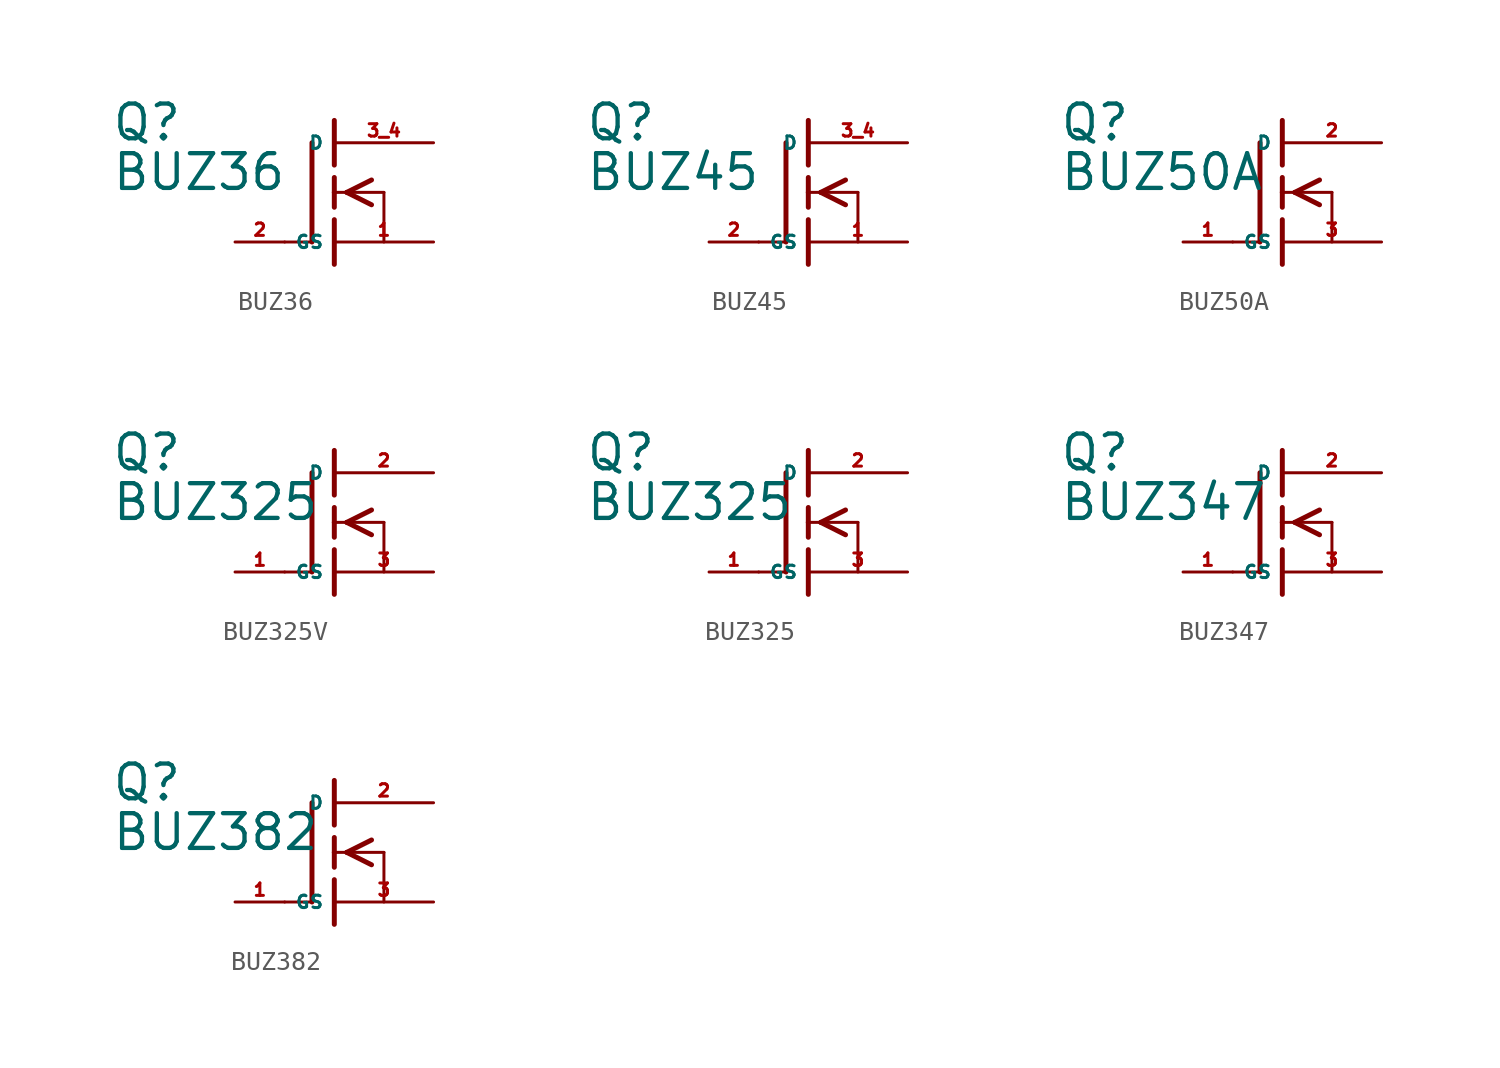
<source format=kicad_sym>
(kicad_symbol_lib
  (version 20220914)
  (generator Eagle2Kicad)
  (symbol "BUZ36"
    (property "Reference" "Q"
      (at -11.43 2.54 0)
      (effects (font (size 1.778 1.778) (thickness 0.22)) (justify left bottom)))
    (property "Value" "BUZ36"
      (at -11.43 0 0)
      (effects (font (size 1.778 1.778) (thickness 0.22)) (justify left bottom)))
    (polyline
      (pts (xy -2.54 -2.54) (xy -1.219 -2.54))
      (stroke (width 0.152) (type default))
      (fill (type none)))
    (polyline
      (pts (xy 0 0.762) (xy 0 0))
      (stroke (width 0.254) (type default))
      (fill (type none)))
    (polyline
      (pts (xy 0 0) (xy 0 -0.762))
      (stroke (width 0.254) (type default))
      (fill (type none)))
    (polyline
      (pts (xy 0 3.683) (xy 0 1.397))
      (stroke (width 0.254) (type default))
      (fill (type none)))
    (polyline
      (pts (xy 1.905 0.635) (xy 0.635 0))
      (stroke (width 0.254) (type default))
      (fill (type none)))
    (polyline
      (pts (xy 1.905 -0.635) (xy 0.635 0))
      (stroke (width 0.254) (type default))
      (fill (type none)))
    (polyline
      (pts (xy 0 0) (xy 0.635 0))
      (stroke (width 0.152) (type default))
      (fill (type none)))
    (polyline
      (pts (xy 0.635 0) (xy 2.54 0))
      (stroke (width 0.152) (type default))
      (fill (type none)))
    (polyline
      (pts (xy 2.54 0) (xy 2.54 -2.54))
      (stroke (width 0.152) (type default))
      (fill (type none)))
    (polyline
      (pts (xy 0 -1.397) (xy 0 -3.683))
      (stroke (width 0.254) (type default))
      (fill (type none)))
    (polyline
      (pts (xy -1.143 2.54) (xy -1.143 -2.54))
      (stroke (width 0.254) (type default))
      (fill (type none)))
    (pin passive line
      (at 5.08 2.54 180)
      (length 5.08)
      (name "D" (effects (font (size 0.635 0.635) (thickness 0.08)) (justify left bottom)))
      (number "3 4" (effects (font (size 0.635 0.635) (thickness 0.08)) (justify left bottom))))
    (pin passive line
      (at 5.08 -2.54 180)
      (length 5.08)
      (name "S" (effects (font (size 0.635 0.635) (thickness 0.08)) (justify left bottom)))
      (number "1" (effects (font (size 0.635 0.635) (thickness 0.08)) (justify left bottom))))
    (pin passive line
      (at -5.08 -2.54 0)
      (length 2.54)
      (name "G" (effects (font (size 0.635 0.635) (thickness 0.08)) (justify left bottom)))
      (number "2" (effects (font (size 0.635 0.635) (thickness 0.08)) (justify left bottom)))))
  (symbol "BUZ45"
    (property "Reference" "Q"
      (at -11.43 2.54 0)
      (effects (font (size 1.778 1.778) (thickness 0.22)) (justify left bottom)))
    (property "Value" "BUZ45"
      (at -11.43 0 0)
      (effects (font (size 1.778 1.778) (thickness 0.22)) (justify left bottom)))
    (polyline
      (pts (xy -2.54 -2.54) (xy -1.219 -2.54))
      (stroke (width 0.152) (type default))
      (fill (type none)))
    (polyline
      (pts (xy 0 0.762) (xy 0 0))
      (stroke (width 0.254) (type default))
      (fill (type none)))
    (polyline
      (pts (xy 0 0) (xy 0 -0.762))
      (stroke (width 0.254) (type default))
      (fill (type none)))
    (polyline
      (pts (xy 0 3.683) (xy 0 1.397))
      (stroke (width 0.254) (type default))
      (fill (type none)))
    (polyline
      (pts (xy 1.905 0.635) (xy 0.635 0))
      (stroke (width 0.254) (type default))
      (fill (type none)))
    (polyline
      (pts (xy 1.905 -0.635) (xy 0.635 0))
      (stroke (width 0.254) (type default))
      (fill (type none)))
    (polyline
      (pts (xy 0 0) (xy 0.635 0))
      (stroke (width 0.152) (type default))
      (fill (type none)))
    (polyline
      (pts (xy 0.635 0) (xy 2.54 0))
      (stroke (width 0.152) (type default))
      (fill (type none)))
    (polyline
      (pts (xy 2.54 0) (xy 2.54 -2.54))
      (stroke (width 0.152) (type default))
      (fill (type none)))
    (polyline
      (pts (xy 0 -1.397) (xy 0 -3.683))
      (stroke (width 0.254) (type default))
      (fill (type none)))
    (polyline
      (pts (xy -1.143 2.54) (xy -1.143 -2.54))
      (stroke (width 0.254) (type default))
      (fill (type none)))
    (pin passive line
      (at 5.08 2.54 180)
      (length 5.08)
      (name "D" (effects (font (size 0.635 0.635) (thickness 0.08)) (justify left bottom)))
      (number "3 4" (effects (font (size 0.635 0.635) (thickness 0.08)) (justify left bottom))))
    (pin passive line
      (at 5.08 -2.54 180)
      (length 5.08)
      (name "S" (effects (font (size 0.635 0.635) (thickness 0.08)) (justify left bottom)))
      (number "1" (effects (font (size 0.635 0.635) (thickness 0.08)) (justify left bottom))))
    (pin passive line
      (at -5.08 -2.54 0)
      (length 2.54)
      (name "G" (effects (font (size 0.635 0.635) (thickness 0.08)) (justify left bottom)))
      (number "2" (effects (font (size 0.635 0.635) (thickness 0.08)) (justify left bottom)))))
  (symbol "BUZ50A"
    (property "Reference" "Q"
      (at -11.43 2.54 0)
      (effects (font (size 1.778 1.778) (thickness 0.22)) (justify left bottom)))
    (property "Value" "BUZ50A"
      (at -11.43 0 0)
      (effects (font (size 1.778 1.778) (thickness 0.22)) (justify left bottom)))
    (polyline
      (pts (xy -2.54 -2.54) (xy -1.219 -2.54))
      (stroke (width 0.152) (type default))
      (fill (type none)))
    (polyline
      (pts (xy 0 0.762) (xy 0 0))
      (stroke (width 0.254) (type default))
      (fill (type none)))
    (polyline
      (pts (xy 0 0) (xy 0 -0.762))
      (stroke (width 0.254) (type default))
      (fill (type none)))
    (polyline
      (pts (xy 0 3.683) (xy 0 1.397))
      (stroke (width 0.254) (type default))
      (fill (type none)))
    (polyline
      (pts (xy 1.905 0.635) (xy 0.635 0))
      (stroke (width 0.254) (type default))
      (fill (type none)))
    (polyline
      (pts (xy 1.905 -0.635) (xy 0.635 0))
      (stroke (width 0.254) (type default))
      (fill (type none)))
    (polyline
      (pts (xy 0 0) (xy 0.635 0))
      (stroke (width 0.152) (type default))
      (fill (type none)))
    (polyline
      (pts (xy 0.635 0) (xy 2.54 0))
      (stroke (width 0.152) (type default))
      (fill (type none)))
    (polyline
      (pts (xy 2.54 0) (xy 2.54 -2.54))
      (stroke (width 0.152) (type default))
      (fill (type none)))
    (polyline
      (pts (xy 0 -1.397) (xy 0 -3.683))
      (stroke (width 0.254) (type default))
      (fill (type none)))
    (polyline
      (pts (xy -1.143 2.54) (xy -1.143 -2.54))
      (stroke (width 0.254) (type default))
      (fill (type none)))
    (pin passive line
      (at 5.08 2.54 180)
      (length 5.08)
      (name "D" (effects (font (size 0.635 0.635) (thickness 0.08)) (justify left bottom)))
      (number "2" (effects (font (size 0.635 0.635) (thickness 0.08)) (justify left bottom))))
    (pin passive line
      (at 5.08 -2.54 180)
      (length 5.08)
      (name "S" (effects (font (size 0.635 0.635) (thickness 0.08)) (justify left bottom)))
      (number "3" (effects (font (size 0.635 0.635) (thickness 0.08)) (justify left bottom))))
    (pin passive line
      (at -5.08 -2.54 0)
      (length 2.54)
      (name "G" (effects (font (size 0.635 0.635) (thickness 0.08)) (justify left bottom)))
      (number "1" (effects (font (size 0.635 0.635) (thickness 0.08)) (justify left bottom)))))
  (symbol "BUZ325V"
    (property "Reference" "Q"
      (at -11.43 2.54 0)
      (effects (font (size 1.778 1.778) (thickness 0.22)) (justify left bottom)))
    (property "Value" "BUZ325"
      (at -11.43 0 0)
      (effects (font (size 1.778 1.778) (thickness 0.22)) (justify left bottom)))
    (polyline
      (pts (xy -2.54 -2.54) (xy -1.219 -2.54))
      (stroke (width 0.152) (type default))
      (fill (type none)))
    (polyline
      (pts (xy 0 0.762) (xy 0 0))
      (stroke (width 0.254) (type default))
      (fill (type none)))
    (polyline
      (pts (xy 0 0) (xy 0 -0.762))
      (stroke (width 0.254) (type default))
      (fill (type none)))
    (polyline
      (pts (xy 0 3.683) (xy 0 1.397))
      (stroke (width 0.254) (type default))
      (fill (type none)))
    (polyline
      (pts (xy 1.905 0.635) (xy 0.635 0))
      (stroke (width 0.254) (type default))
      (fill (type none)))
    (polyline
      (pts (xy 1.905 -0.635) (xy 0.635 0))
      (stroke (width 0.254) (type default))
      (fill (type none)))
    (polyline
      (pts (xy 0 0) (xy 0.635 0))
      (stroke (width 0.152) (type default))
      (fill (type none)))
    (polyline
      (pts (xy 0.635 0) (xy 2.54 0))
      (stroke (width 0.152) (type default))
      (fill (type none)))
    (polyline
      (pts (xy 2.54 0) (xy 2.54 -2.54))
      (stroke (width 0.152) (type default))
      (fill (type none)))
    (polyline
      (pts (xy 0 -1.397) (xy 0 -3.683))
      (stroke (width 0.254) (type default))
      (fill (type none)))
    (polyline
      (pts (xy -1.143 2.54) (xy -1.143 -2.54))
      (stroke (width 0.254) (type default))
      (fill (type none)))
    (pin passive line
      (at 5.08 2.54 180)
      (length 5.08)
      (name "D" (effects (font (size 0.635 0.635) (thickness 0.08)) (justify left bottom)))
      (number "2" (effects (font (size 0.635 0.635) (thickness 0.08)) (justify left bottom))))
    (pin passive line
      (at 5.08 -2.54 180)
      (length 5.08)
      (name "S" (effects (font (size 0.635 0.635) (thickness 0.08)) (justify left bottom)))
      (number "3" (effects (font (size 0.635 0.635) (thickness 0.08)) (justify left bottom))))
    (pin passive line
      (at -5.08 -2.54 0)
      (length 2.54)
      (name "G" (effects (font (size 0.635 0.635) (thickness 0.08)) (justify left bottom)))
      (number "1" (effects (font (size 0.635 0.635) (thickness 0.08)) (justify left bottom)))))
  (symbol "BUZ325"
    (property "Reference" "Q"
      (at -11.43 2.54 0)
      (effects (font (size 1.778 1.778) (thickness 0.22)) (justify left bottom)))
    (property "Value" "BUZ325"
      (at -11.43 0 0)
      (effects (font (size 1.778 1.778) (thickness 0.22)) (justify left bottom)))
    (polyline
      (pts (xy -2.54 -2.54) (xy -1.219 -2.54))
      (stroke (width 0.152) (type default))
      (fill (type none)))
    (polyline
      (pts (xy 0 0.762) (xy 0 0))
      (stroke (width 0.254) (type default))
      (fill (type none)))
    (polyline
      (pts (xy 0 0) (xy 0 -0.762))
      (stroke (width 0.254) (type default))
      (fill (type none)))
    (polyline
      (pts (xy 0 3.683) (xy 0 1.397))
      (stroke (width 0.254) (type default))
      (fill (type none)))
    (polyline
      (pts (xy 1.905 0.635) (xy 0.635 0))
      (stroke (width 0.254) (type default))
      (fill (type none)))
    (polyline
      (pts (xy 1.905 -0.635) (xy 0.635 0))
      (stroke (width 0.254) (type default))
      (fill (type none)))
    (polyline
      (pts (xy 0 0) (xy 0.635 0))
      (stroke (width 0.152) (type default))
      (fill (type none)))
    (polyline
      (pts (xy 0.635 0) (xy 2.54 0))
      (stroke (width 0.152) (type default))
      (fill (type none)))
    (polyline
      (pts (xy 2.54 0) (xy 2.54 -2.54))
      (stroke (width 0.152) (type default))
      (fill (type none)))
    (polyline
      (pts (xy 0 -1.397) (xy 0 -3.683))
      (stroke (width 0.254) (type default))
      (fill (type none)))
    (polyline
      (pts (xy -1.143 2.54) (xy -1.143 -2.54))
      (stroke (width 0.254) (type default))
      (fill (type none)))
    (pin passive line
      (at 5.08 2.54 180)
      (length 5.08)
      (name "D" (effects (font (size 0.635 0.635) (thickness 0.08)) (justify left bottom)))
      (number "2" (effects (font (size 0.635 0.635) (thickness 0.08)) (justify left bottom))))
    (pin passive line
      (at 5.08 -2.54 180)
      (length 5.08)
      (name "S" (effects (font (size 0.635 0.635) (thickness 0.08)) (justify left bottom)))
      (number "3" (effects (font (size 0.635 0.635) (thickness 0.08)) (justify left bottom))))
    (pin passive line
      (at -5.08 -2.54 0)
      (length 2.54)
      (name "G" (effects (font (size 0.635 0.635) (thickness 0.08)) (justify left bottom)))
      (number "1" (effects (font (size 0.635 0.635) (thickness 0.08)) (justify left bottom)))))
  (symbol "BUZ347"
    (property "Reference" "Q"
      (at -11.43 2.54 0)
      (effects (font (size 1.778 1.778) (thickness 0.22)) (justify left bottom)))
    (property "Value" "BUZ347"
      (at -11.43 0 0)
      (effects (font (size 1.778 1.778) (thickness 0.22)) (justify left bottom)))
    (polyline
      (pts (xy -2.54 -2.54) (xy -1.219 -2.54))
      (stroke (width 0.152) (type default))
      (fill (type none)))
    (polyline
      (pts (xy 0 0.762) (xy 0 0))
      (stroke (width 0.254) (type default))
      (fill (type none)))
    (polyline
      (pts (xy 0 0) (xy 0 -0.762))
      (stroke (width 0.254) (type default))
      (fill (type none)))
    (polyline
      (pts (xy 0 3.683) (xy 0 1.397))
      (stroke (width 0.254) (type default))
      (fill (type none)))
    (polyline
      (pts (xy 1.905 0.635) (xy 0.635 0))
      (stroke (width 0.254) (type default))
      (fill (type none)))
    (polyline
      (pts (xy 1.905 -0.635) (xy 0.635 0))
      (stroke (width 0.254) (type default))
      (fill (type none)))
    (polyline
      (pts (xy 0 0) (xy 0.635 0))
      (stroke (width 0.152) (type default))
      (fill (type none)))
    (polyline
      (pts (xy 0.635 0) (xy 2.54 0))
      (stroke (width 0.152) (type default))
      (fill (type none)))
    (polyline
      (pts (xy 2.54 0) (xy 2.54 -2.54))
      (stroke (width 0.152) (type default))
      (fill (type none)))
    (polyline
      (pts (xy 0 -1.397) (xy 0 -3.683))
      (stroke (width 0.254) (type default))
      (fill (type none)))
    (polyline
      (pts (xy -1.143 2.54) (xy -1.143 -2.54))
      (stroke (width 0.254) (type default))
      (fill (type none)))
    (pin passive line
      (at 5.08 2.54 180)
      (length 5.08)
      (name "D" (effects (font (size 0.635 0.635) (thickness 0.08)) (justify left bottom)))
      (number "2" (effects (font (size 0.635 0.635) (thickness 0.08)) (justify left bottom))))
    (pin passive line
      (at 5.08 -2.54 180)
      (length 5.08)
      (name "S" (effects (font (size 0.635 0.635) (thickness 0.08)) (justify left bottom)))
      (number "3" (effects (font (size 0.635 0.635) (thickness 0.08)) (justify left bottom))))
    (pin passive line
      (at -5.08 -2.54 0)
      (length 2.54)
      (name "G" (effects (font (size 0.635 0.635) (thickness 0.08)) (justify left bottom)))
      (number "1" (effects (font (size 0.635 0.635) (thickness 0.08)) (justify left bottom)))))
  (symbol "BUZ382"
    (property "Reference" "Q"
      (at -11.43 2.54 0)
      (effects (font (size 1.778 1.778) (thickness 0.22)) (justify left bottom)))
    (property "Value" "BUZ382"
      (at -11.43 0 0)
      (effects (font (size 1.778 1.778) (thickness 0.22)) (justify left bottom)))
    (polyline
      (pts (xy -2.54 -2.54) (xy -1.219 -2.54))
      (stroke (width 0.152) (type default))
      (fill (type none)))
    (polyline
      (pts (xy 0 0.762) (xy 0 0))
      (stroke (width 0.254) (type default))
      (fill (type none)))
    (polyline
      (pts (xy 0 0) (xy 0 -0.762))
      (stroke (width 0.254) (type default))
      (fill (type none)))
    (polyline
      (pts (xy 0 3.683) (xy 0 1.397))
      (stroke (width 0.254) (type default))
      (fill (type none)))
    (polyline
      (pts (xy 1.905 0.635) (xy 0.635 0))
      (stroke (width 0.254) (type default))
      (fill (type none)))
    (polyline
      (pts (xy 1.905 -0.635) (xy 0.635 0))
      (stroke (width 0.254) (type default))
      (fill (type none)))
    (polyline
      (pts (xy 0 0) (xy 0.635 0))
      (stroke (width 0.152) (type default))
      (fill (type none)))
    (polyline
      (pts (xy 0.635 0) (xy 2.54 0))
      (stroke (width 0.152) (type default))
      (fill (type none)))
    (polyline
      (pts (xy 2.54 0) (xy 2.54 -2.54))
      (stroke (width 0.152) (type default))
      (fill (type none)))
    (polyline
      (pts (xy 0 -1.397) (xy 0 -3.683))
      (stroke (width 0.254) (type default))
      (fill (type none)))
    (polyline
      (pts (xy -1.143 2.54) (xy -1.143 -2.54))
      (stroke (width 0.254) (type default))
      (fill (type none)))
    (pin passive line
      (at 5.08 2.54 180)
      (length 5.08)
      (name "D" (effects (font (size 0.635 0.635) (thickness 0.08)) (justify left bottom)))
      (number "2" (effects (font (size 0.635 0.635) (thickness 0.08)) (justify left bottom))))
    (pin passive line
      (at 5.08 -2.54 180)
      (length 5.08)
      (name "S" (effects (font (size 0.635 0.635) (thickness 0.08)) (justify left bottom)))
      (number "3" (effects (font (size 0.635 0.635) (thickness 0.08)) (justify left bottom))))
    (pin passive line
      (at -5.08 -2.54 0)
      (length 2.54)
      (name "G" (effects (font (size 0.635 0.635) (thickness 0.08)) (justify left bottom)))
      (number "1" (effects (font (size 0.635 0.635) (thickness 0.08)) (justify left bottom))))))
</source>
